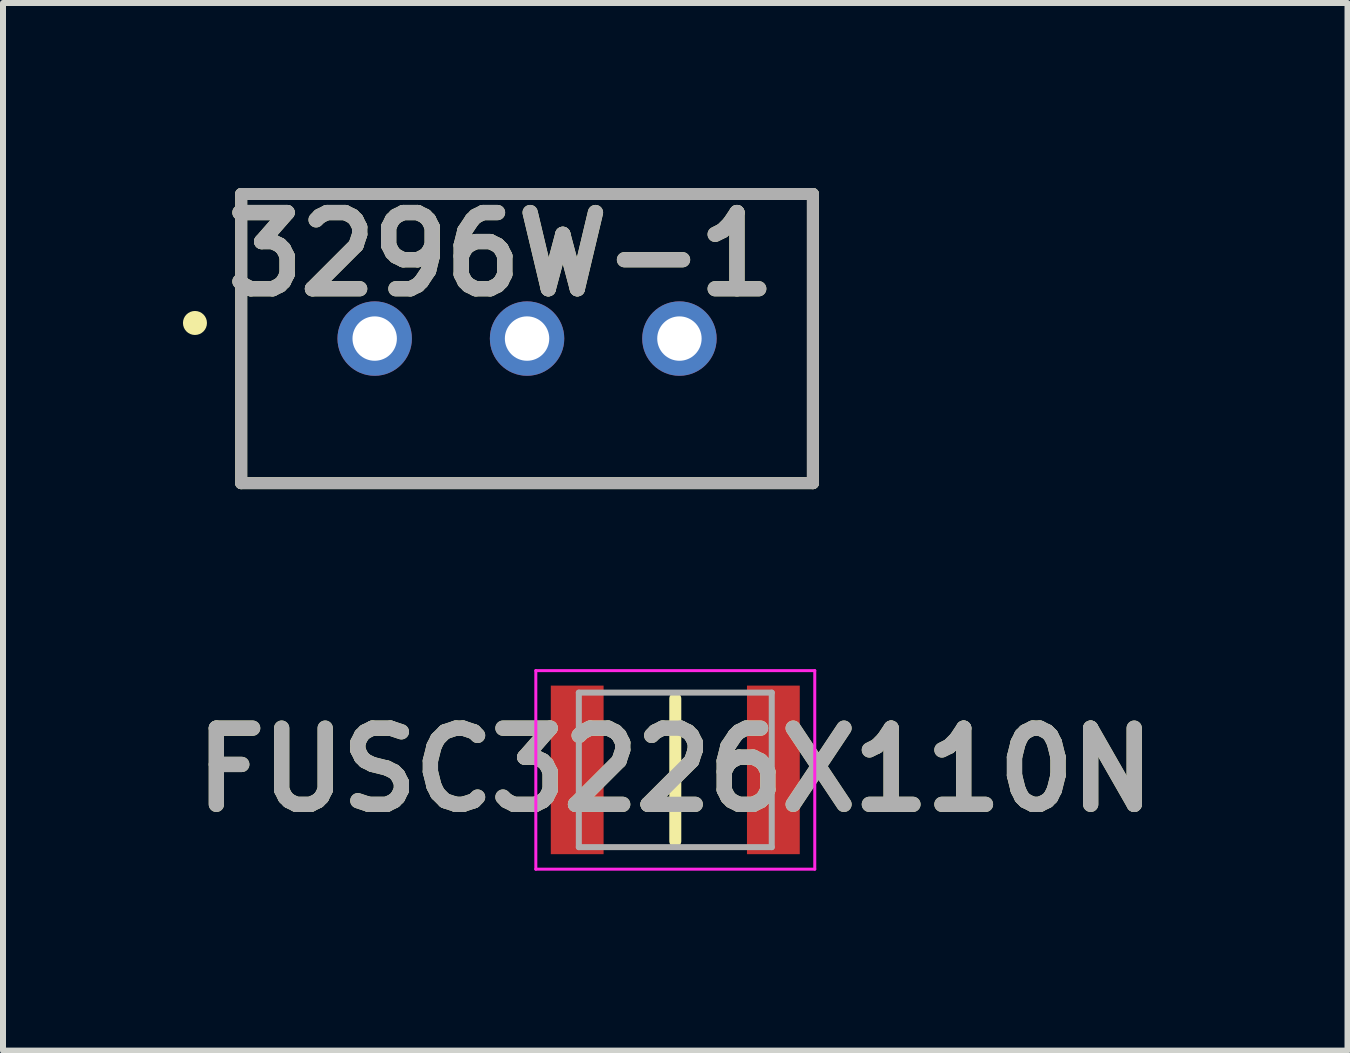
<source format=kicad_pcb>
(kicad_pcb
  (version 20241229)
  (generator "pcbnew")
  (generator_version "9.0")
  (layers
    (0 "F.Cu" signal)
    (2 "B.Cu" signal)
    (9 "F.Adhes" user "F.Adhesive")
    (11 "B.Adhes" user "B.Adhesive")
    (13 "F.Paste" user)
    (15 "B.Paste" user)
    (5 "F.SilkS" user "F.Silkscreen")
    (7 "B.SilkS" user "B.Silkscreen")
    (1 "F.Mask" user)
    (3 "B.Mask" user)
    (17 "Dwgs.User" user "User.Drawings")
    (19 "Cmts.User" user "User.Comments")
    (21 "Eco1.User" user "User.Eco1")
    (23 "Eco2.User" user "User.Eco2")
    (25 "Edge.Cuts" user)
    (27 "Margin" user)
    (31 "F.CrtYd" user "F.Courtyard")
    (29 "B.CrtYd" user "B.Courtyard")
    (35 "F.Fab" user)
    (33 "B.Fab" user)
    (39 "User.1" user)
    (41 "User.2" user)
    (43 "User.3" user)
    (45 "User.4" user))
  (footprint "3296W-1"
    (layer "F.Cu")
    (at 5.736 2.594)
    (property "Reference" "3296W-1" (at -0.432 -1.405 0) (layer "F.SilkS") (effects (font (size 1.27 1.27) (thickness 0.254))))
    (attr through_hole)
    (fp_line (start -4.765 -2.41) (end 4.765 -2.41) (stroke (width 0.2) (type solid)) (layer "F.SilkS"))
    (fp_line (start -4.765 2.41) (end -4.765 -2.41) (stroke (width 0.2) (type solid)) (layer "F.SilkS"))
    (fp_line (start 4.765 -2.41) (end 4.765 2.41) (stroke (width 0.2) (type solid)) (layer "F.SilkS"))
    (fp_line (start 4.765 2.41) (end -4.765 2.41) (stroke (width 0.2) (type solid)) (layer "F.SilkS"))
    (fp_circle (center -5.536 -0.26) (end -5.536 -0.16) (stroke (width 0.2) (type solid)) (fill no) (layer "F.SilkS"))
    (fp_line (start -4.765 -2.41) (end 4.765 -2.41) (stroke (width 0.2) (type solid)) (layer "F.Fab"))
    (fp_line (start -4.765 2.41) (end -4.765 -2.41) (stroke (width 0.2) (type solid)) (layer "F.Fab"))
    (fp_line (start 4.765 -2.41) (end 4.765 2.41) (stroke (width 0.2) (type solid)) (layer "F.Fab"))
    (fp_line (start 4.765 2.41) (end -4.765 2.41) (stroke (width 0.2) (type solid)) (layer "F.Fab"))
    (fp_text user "${REFERENCE}" (at -0.432 -1.405 0) (layer "F.Fab") (effects (font (size 1.27 1.27) (thickness 0.254))))
    (pad "1" thru_hole circle (at -2.54 0) (size 1.24 1.24) (drill 0.74) (layers "*.Cu" "*.Mask"))
    (pad "2" thru_hole circle (at 0 0) (size 1.24 1.24) (drill 0.74) (layers "*.Cu" "*.Mask"))
    (pad "3" thru_hole circle (at 2.54 0) (size 1.24 1.24) (drill 0.74) (layers "*.Cu" "*.Mask")))
  (footprint "FUSC3226X110N"
    (layer "F.Cu")
    (at 8.207 9.784)
    (property "Reference" "FUSC3226X110N" (at 0 0 0) (layer "F.SilkS") (effects (font (size 1.27 1.27) (thickness 0.254))))
    (attr smd)
    (fp_line (start 0 -1.188) (end 0 1.188) (stroke (width 0.2) (type solid)) (layer "F.SilkS"))
    (fp_line (start -2.325 -1.655) (end 2.325 -1.655) (stroke (width 0.05) (type solid)) (layer "F.CrtYd"))
    (fp_line (start -2.325 1.655) (end -2.325 -1.655) (stroke (width 0.05) (type solid)) (layer "F.CrtYd"))
    (fp_line (start 2.325 -1.655) (end 2.325 1.655) (stroke (width 0.05) (type solid)) (layer "F.CrtYd"))
    (fp_line (start 2.325 1.655) (end -2.325 1.655) (stroke (width 0.05) (type solid)) (layer "F.CrtYd"))
    (fp_line (start -1.608 -1.288) (end 1.608 -1.288) (stroke (width 0.1) (type solid)) (layer "F.Fab"))
    (fp_line (start -1.608 1.288) (end -1.608 -1.288) (stroke (width 0.1) (type solid)) (layer "F.Fab"))
    (fp_line (start 1.608 -1.288) (end 1.608 1.288) (stroke (width 0.1) (type solid)) (layer "F.Fab"))
    (fp_line (start 1.608 1.288) (end -1.608 1.288) (stroke (width 0.1) (type solid)) (layer "F.Fab"))
    (fp_text user "${REFERENCE}" (at 0 0 0) (layer "F.Fab") (effects (font (size 1.27 1.27) (thickness 0.254))))
    (pad "1" smd rect (at -1.635 0) (size 0.88 2.81) (layers "F.Cu" "F.Mask" "F.Paste"))
    (pad "2" smd rect (at 1.635 0) (size 0.88 2.81) (layers "F.Cu" "F.Mask" "F.Paste")))
  (gr_rect
    (start -3 -3)
    (end 19.413 14.464)
    (stroke (width 0.1) (type default))
    (fill no)
    (layer "Edge.Cuts")))
</source>
